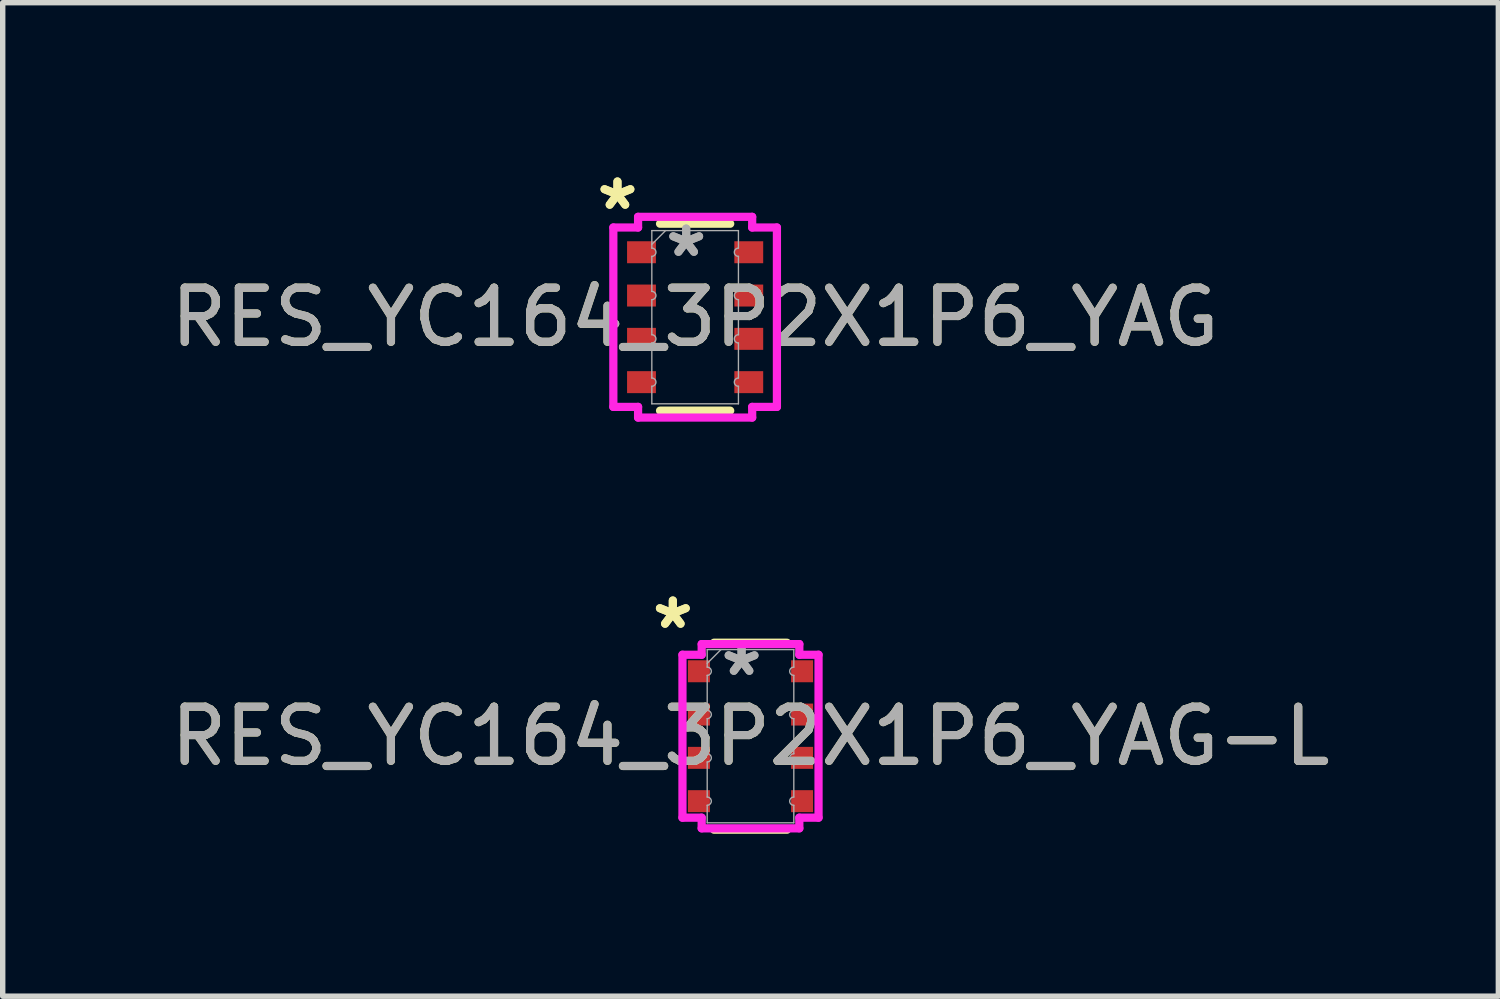
<source format=kicad_pcb>
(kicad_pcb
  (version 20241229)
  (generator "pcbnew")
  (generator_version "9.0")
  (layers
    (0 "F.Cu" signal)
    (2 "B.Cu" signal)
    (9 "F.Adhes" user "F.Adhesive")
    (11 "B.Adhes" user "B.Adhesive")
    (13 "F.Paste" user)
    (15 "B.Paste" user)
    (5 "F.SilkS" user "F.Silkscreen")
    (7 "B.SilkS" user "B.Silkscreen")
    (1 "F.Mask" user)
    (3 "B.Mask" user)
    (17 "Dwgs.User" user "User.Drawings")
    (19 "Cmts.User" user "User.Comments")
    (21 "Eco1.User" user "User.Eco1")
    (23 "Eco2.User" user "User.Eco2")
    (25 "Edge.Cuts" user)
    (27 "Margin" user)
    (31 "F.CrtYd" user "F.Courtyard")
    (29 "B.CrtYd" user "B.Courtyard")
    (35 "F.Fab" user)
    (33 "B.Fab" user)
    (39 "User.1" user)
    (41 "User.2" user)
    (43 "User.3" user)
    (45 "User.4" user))
  (footprint "RES_YC164_3P2X1P6_YAG"
    (layer "F.Cu")
    (at 9.792 2.81)
    (property "Reference" "RES_YC164_3P2X1P6_YAG" (at 0 0 0) (unlocked yes) (layer "F.SilkS") (effects (font (size 1 1) (thickness 0.15))))
    (attr smd)
    (fp_line (start -0.648 -1.727) (end 0.648 -1.727) (stroke (width 0.152) (type solid)) (layer "F.SilkS"))
    (fp_line (start -0.648 1.727) (end 0.648 1.727) (stroke (width 0.152) (type solid)) (layer "F.SilkS"))
    (fp_line (start -1.511 -1.657) (end -1.054 -1.657) (stroke (width 0.152) (type solid)) (layer "F.CrtYd"))
    (fp_line (start -1.511 1.657) (end -1.511 -1.657) (stroke (width 0.152) (type solid)) (layer "F.CrtYd"))
    (fp_line (start -1.511 1.657) (end -1.054 1.657) (stroke (width 0.152) (type solid)) (layer "F.CrtYd"))
    (fp_line (start -1.054 -1.854) (end 1.054 -1.854) (stroke (width 0.152) (type solid)) (layer "F.CrtYd"))
    (fp_line (start -1.054 -1.657) (end -1.054 -1.854) (stroke (width 0.152) (type solid)) (layer "F.CrtYd"))
    (fp_line (start -1.054 1.854) (end -1.054 1.657) (stroke (width 0.152) (type solid)) (layer "F.CrtYd"))
    (fp_line (start 1.054 -1.854) (end 1.054 -1.657) (stroke (width 0.152) (type solid)) (layer "F.CrtYd"))
    (fp_line (start 1.054 1.657) (end 1.054 1.854) (stroke (width 0.152) (type solid)) (layer "F.CrtYd"))
    (fp_line (start 1.054 1.854) (end -1.054 1.854) (stroke (width 0.152) (type solid)) (layer "F.CrtYd"))
    (fp_line (start 1.511 -1.657) (end 1.054 -1.657) (stroke (width 0.152) (type solid)) (layer "F.CrtYd"))
    (fp_line (start 1.511 -1.657) (end 1.511 1.657) (stroke (width 0.152) (type solid)) (layer "F.CrtYd"))
    (fp_line (start 1.511 1.657) (end 1.054 1.657) (stroke (width 0.152) (type solid)) (layer "F.CrtYd"))
    (fp_line (start -0.8 -1.6) (end 0.8 -1.6) (stroke (width 0.025) (type solid)) (layer "F.Fab"))
    (fp_line (start -0.8 -1.276) (end -0.8 -1.6) (stroke (width 0.025) (type solid)) (layer "F.Fab"))
    (fp_line (start -0.8 -1.124) (end -0.8 -0.476) (stroke (width 0.025) (type solid)) (layer "F.Fab"))
    (fp_line (start -0.8 -0.324) (end -0.8 0.324) (stroke (width 0.025) (type solid)) (layer "F.Fab"))
    (fp_line (start -0.8 0.476) (end -0.8 1.124) (stroke (width 0.025) (type solid)) (layer "F.Fab"))
    (fp_line (start -0.8 1.276) (end -0.8 1.6) (stroke (width 0.025) (type solid)) (layer "F.Fab"))
    (fp_line (start -0.8 1.6) (end 0.8 1.6) (stroke (width 0.025) (type solid)) (layer "F.Fab"))
    (fp_line (start -0.546 -1.6) (end -0.8 -1.346) (stroke (width 0.025) (type solid)) (layer "F.Fab"))
    (fp_line (start 0.8 -1.276) (end 0.8 -1.6) (stroke (width 0.025) (type solid)) (layer "F.Fab"))
    (fp_line (start 0.8 -1.124) (end 0.8 -0.476) (stroke (width 0.025) (type solid)) (layer "F.Fab"))
    (fp_line (start 0.8 -0.324) (end 0.8 0.324) (stroke (width 0.025) (type solid)) (layer "F.Fab"))
    (fp_line (start 0.8 0.476) (end 0.8 1.124) (stroke (width 0.025) (type solid)) (layer "F.Fab"))
    (fp_line (start 0.8 1.276) (end 0.8 1.6) (stroke (width 0.025) (type solid)) (layer "F.Fab"))
    (fp_arc (start -0.8001 -1.2762) (mid -0.7239 -1.2) (end -0.8001 -1.1238) (stroke (width 0.0254) (type solid)) (layer "F.Fab"))
    (fp_arc (start -0.8001 -0.476199) (mid -0.7239 -0.399999) (end -0.8001 -0.323799) (stroke (width 0.0254) (type solid)) (layer "F.Fab"))
    (fp_arc (start -0.8001 0.323799) (mid -0.7239 0.399999) (end -0.8001 0.476199) (stroke (width 0.0254) (type solid)) (layer "F.Fab"))
    (fp_arc (start -0.8001 1.1238) (mid -0.7239 1.2) (end -0.8001 1.2762) (stroke (width 0.0254) (type solid)) (layer "F.Fab"))
    (fp_arc (start 0.8001 -1.1238) (mid 0.7239 -1.2) (end 0.8001 -1.2762) (stroke (width 0.0254) (type solid)) (layer "F.Fab"))
    (fp_arc (start 0.8001 -0.323799) (mid 0.7239 -0.399999) (end 0.8001 -0.476199) (stroke (width 0.0254) (type solid)) (layer "F.Fab"))
    (fp_arc (start 0.8001 0.476199) (mid 0.7239 0.399999) (end 0.8001 0.323799) (stroke (width 0.0254) (type solid)) (layer "F.Fab"))
    (fp_arc (start 0.8001 1.2762) (mid 0.7239 1.2) (end 0.8001 1.1238) (stroke (width 0.0254) (type solid)) (layer "F.Fab"))
    (fp_text user "*" (at -1.435 -1.962 0) (layer "F.SilkS") (effects (font (size 1 1) (thickness 0.15))))
    (fp_text user "*" (at -1.435 -1.962 0) (unlocked yes) (layer "F.SilkS") (effects (font (size 1 1) (thickness 0.15))))
    (fp_text user "${REFERENCE}" (at 0 0 0) (unlocked yes) (layer "F.Fab") (effects (font (size 1 1) (thickness 0.15))))
    (fp_text user "*" (at -0.165 -1.092 0) (unlocked yes) (layer "F.Fab") (effects (font (size 1 1) (thickness 0.15))))
    (fp_text user "*" (at -0.165 -1.092 0) (layer "F.Fab") (effects (font (size 1 1) (thickness 0.15))))
    (pad "1" smd rect (at -0.991 -1.2) (size 0.533 0.406) (layers "F.Cu" "F.Mask" "F.Paste"))
    (pad "2" smd rect (at -0.991 -0.4) (size 0.533 0.406) (layers "F.Cu" "F.Mask" "F.Paste"))
    (pad "3" smd rect (at -0.991 0.4) (size 0.533 0.406) (layers "F.Cu" "F.Mask" "F.Paste"))
    (pad "4" smd rect (at -0.991 1.2) (size 0.533 0.406) (layers "F.Cu" "F.Mask" "F.Paste"))
    (pad "5" smd rect (at 0.991 1.2) (size 0.533 0.406) (layers "F.Cu" "F.Mask" "F.Paste"))
    (pad "6" smd rect (at 0.991 0.4) (size 0.533 0.406) (layers "F.Cu" "F.Mask" "F.Paste"))
    (pad "7" smd rect (at 0.991 -0.4) (size 0.533 0.406) (layers "F.Cu" "F.Mask" "F.Paste"))
    (pad "8" smd rect (at 0.991 -1.2) (size 0.533 0.406) (layers "F.Cu" "F.Mask" "F.Paste")))
  (footprint "RES_YC164_3P2X1P6_YAG-L"
    (layer "F.Cu")
    (at 10.815 10.551)
    (property "Reference" "RES_YC164_3P2X1P6_YAG-L" (at 0 0 0) (unlocked yes) (layer "F.SilkS") (effects (font (size 1 1) (thickness 0.15))))
    (attr smd)
    (fp_line (start -0.674 -1.727) (end 0.674 -1.727) (stroke (width 0.152) (type solid)) (layer "F.SilkS"))
    (fp_line (start -0.674 1.727) (end 0.674 1.727) (stroke (width 0.152) (type solid)) (layer "F.SilkS"))
    (fp_line (start -1.257 -1.505) (end -0.902 -1.505) (stroke (width 0.152) (type solid)) (layer "F.CrtYd"))
    (fp_line (start -1.257 1.505) (end -1.257 -1.505) (stroke (width 0.152) (type solid)) (layer "F.CrtYd"))
    (fp_line (start -1.257 1.505) (end -0.902 1.505) (stroke (width 0.152) (type solid)) (layer "F.CrtYd"))
    (fp_line (start -0.902 -1.702) (end 0.902 -1.702) (stroke (width 0.152) (type solid)) (layer "F.CrtYd"))
    (fp_line (start -0.902 -1.505) (end -0.902 -1.702) (stroke (width 0.152) (type solid)) (layer "F.CrtYd"))
    (fp_line (start -0.902 1.702) (end -0.902 1.505) (stroke (width 0.152) (type solid)) (layer "F.CrtYd"))
    (fp_line (start 0.902 -1.702) (end 0.902 -1.505) (stroke (width 0.152) (type solid)) (layer "F.CrtYd"))
    (fp_line (start 0.902 1.505) (end 0.902 1.702) (stroke (width 0.152) (type solid)) (layer "F.CrtYd"))
    (fp_line (start 0.902 1.702) (end -0.902 1.702) (stroke (width 0.152) (type solid)) (layer "F.CrtYd"))
    (fp_line (start 1.257 -1.505) (end 0.902 -1.505) (stroke (width 0.152) (type solid)) (layer "F.CrtYd"))
    (fp_line (start 1.257 -1.505) (end 1.257 1.505) (stroke (width 0.152) (type solid)) (layer "F.CrtYd"))
    (fp_line (start 1.257 1.505) (end 0.902 1.505) (stroke (width 0.152) (type solid)) (layer "F.CrtYd"))
    (fp_line (start -0.8 -1.6) (end 0.8 -1.6) (stroke (width 0.025) (type solid)) (layer "F.Fab"))
    (fp_line (start -0.8 -1.276) (end -0.8 -1.6) (stroke (width 0.025) (type solid)) (layer "F.Fab"))
    (fp_line (start -0.8 -1.124) (end -0.8 -0.476) (stroke (width 0.025) (type solid)) (layer "F.Fab"))
    (fp_line (start -0.8 -0.324) (end -0.8 0.324) (stroke (width 0.025) (type solid)) (layer "F.Fab"))
    (fp_line (start -0.8 0.476) (end -0.8 1.124) (stroke (width 0.025) (type solid)) (layer "F.Fab"))
    (fp_line (start -0.8 1.276) (end -0.8 1.6) (stroke (width 0.025) (type solid)) (layer "F.Fab"))
    (fp_line (start -0.8 1.6) (end 0.8 1.6) (stroke (width 0.025) (type solid)) (layer "F.Fab"))
    (fp_line (start -0.546 -1.6) (end -0.8 -1.346) (stroke (width 0.025) (type solid)) (layer "F.Fab"))
    (fp_line (start 0.8 -1.276) (end 0.8 -1.6) (stroke (width 0.025) (type solid)) (layer "F.Fab"))
    (fp_line (start 0.8 -1.124) (end 0.8 -0.476) (stroke (width 0.025) (type solid)) (layer "F.Fab"))
    (fp_line (start 0.8 -0.324) (end 0.8 0.324) (stroke (width 0.025) (type solid)) (layer "F.Fab"))
    (fp_line (start 0.8 0.476) (end 0.8 1.124) (stroke (width 0.025) (type solid)) (layer "F.Fab"))
    (fp_line (start 0.8 1.276) (end 0.8 1.6) (stroke (width 0.025) (type solid)) (layer "F.Fab"))
    (fp_arc (start -0.8001 -1.2762) (mid -0.7239 -1.2) (end -0.8001 -1.1238) (stroke (width 0.0254) (type solid)) (layer "F.Fab"))
    (fp_arc (start -0.8001 -0.476199) (mid -0.7239 -0.399999) (end -0.8001 -0.323799) (stroke (width 0.0254) (type solid)) (layer "F.Fab"))
    (fp_arc (start -0.8001 0.323799) (mid -0.7239 0.399999) (end -0.8001 0.476199) (stroke (width 0.0254) (type solid)) (layer "F.Fab"))
    (fp_arc (start -0.8001 1.1238) (mid -0.7239 1.2) (end -0.8001 1.2762) (stroke (width 0.0254) (type solid)) (layer "F.Fab"))
    (fp_arc (start 0.8001 -1.1238) (mid 0.7239 -1.2) (end 0.8001 -1.2762) (stroke (width 0.0254) (type solid)) (layer "F.Fab"))
    (fp_arc (start 0.8001 -0.323799) (mid 0.7239 -0.399999) (end 0.8001 -0.476199) (stroke (width 0.0254) (type solid)) (layer "F.Fab"))
    (fp_arc (start 0.8001 0.476199) (mid 0.7239 0.399999) (end 0.8001 0.323799) (stroke (width 0.0254) (type solid)) (layer "F.Fab"))
    (fp_arc (start 0.8001 1.2762) (mid 0.7239 1.2) (end 0.8001 1.1238) (stroke (width 0.0254) (type solid)) (layer "F.Fab"))
    (fp_text user "*" (at -1.435 -1.962 0) (layer "F.SilkS") (effects (font (size 1 1) (thickness 0.15))))
    (fp_text user "*" (at -1.435 -1.962 0) (unlocked yes) (layer "F.SilkS") (effects (font (size 1 1) (thickness 0.15))))
    (fp_text user "*" (at -0.165 -1.092 0) (layer "F.Fab") (effects (font (size 1 1) (thickness 0.15))))
    (fp_text user "${REFERENCE}" (at 0 0 0) (unlocked yes) (layer "F.Fab") (effects (font (size 1 1) (thickness 0.15))))
    (fp_text user "*" (at -0.165 -1.092 0) (unlocked yes) (layer "F.Fab") (effects (font (size 1 1) (thickness 0.15))))
    (pad "1" smd rect (at -0.953 -1.2) (size 0.406 0.406) (layers "F.Cu" "F.Mask" "F.Paste"))
    (pad "2" smd rect (at -0.953 -0.4) (size 0.406 0.406) (layers "F.Cu" "F.Mask" "F.Paste"))
    (pad "3" smd rect (at -0.953 0.4) (size 0.406 0.406) (layers "F.Cu" "F.Mask" "F.Paste"))
    (pad "4" smd rect (at -0.953 1.2) (size 0.406 0.406) (layers "F.Cu" "F.Mask" "F.Paste"))
    (pad "5" smd rect (at 0.953 1.2) (size 0.406 0.406) (layers "F.Cu" "F.Mask" "F.Paste"))
    (pad "6" smd rect (at 0.953 0.4) (size 0.406 0.406) (layers "F.Cu" "F.Mask" "F.Paste"))
    (pad "7" smd rect (at 0.953 -0.4) (size 0.406 0.406) (layers "F.Cu" "F.Mask" "F.Paste"))
    (pad "8" smd rect (at 0.953 -1.2) (size 0.406 0.406) (layers "F.Cu" "F.Mask" "F.Paste")))
  (gr_rect
    (start -3 -3)
    (end 24.631 15.354)
    (stroke (width 0.1) (type default))
    (fill no)
    (layer "Edge.Cuts")))
</source>
